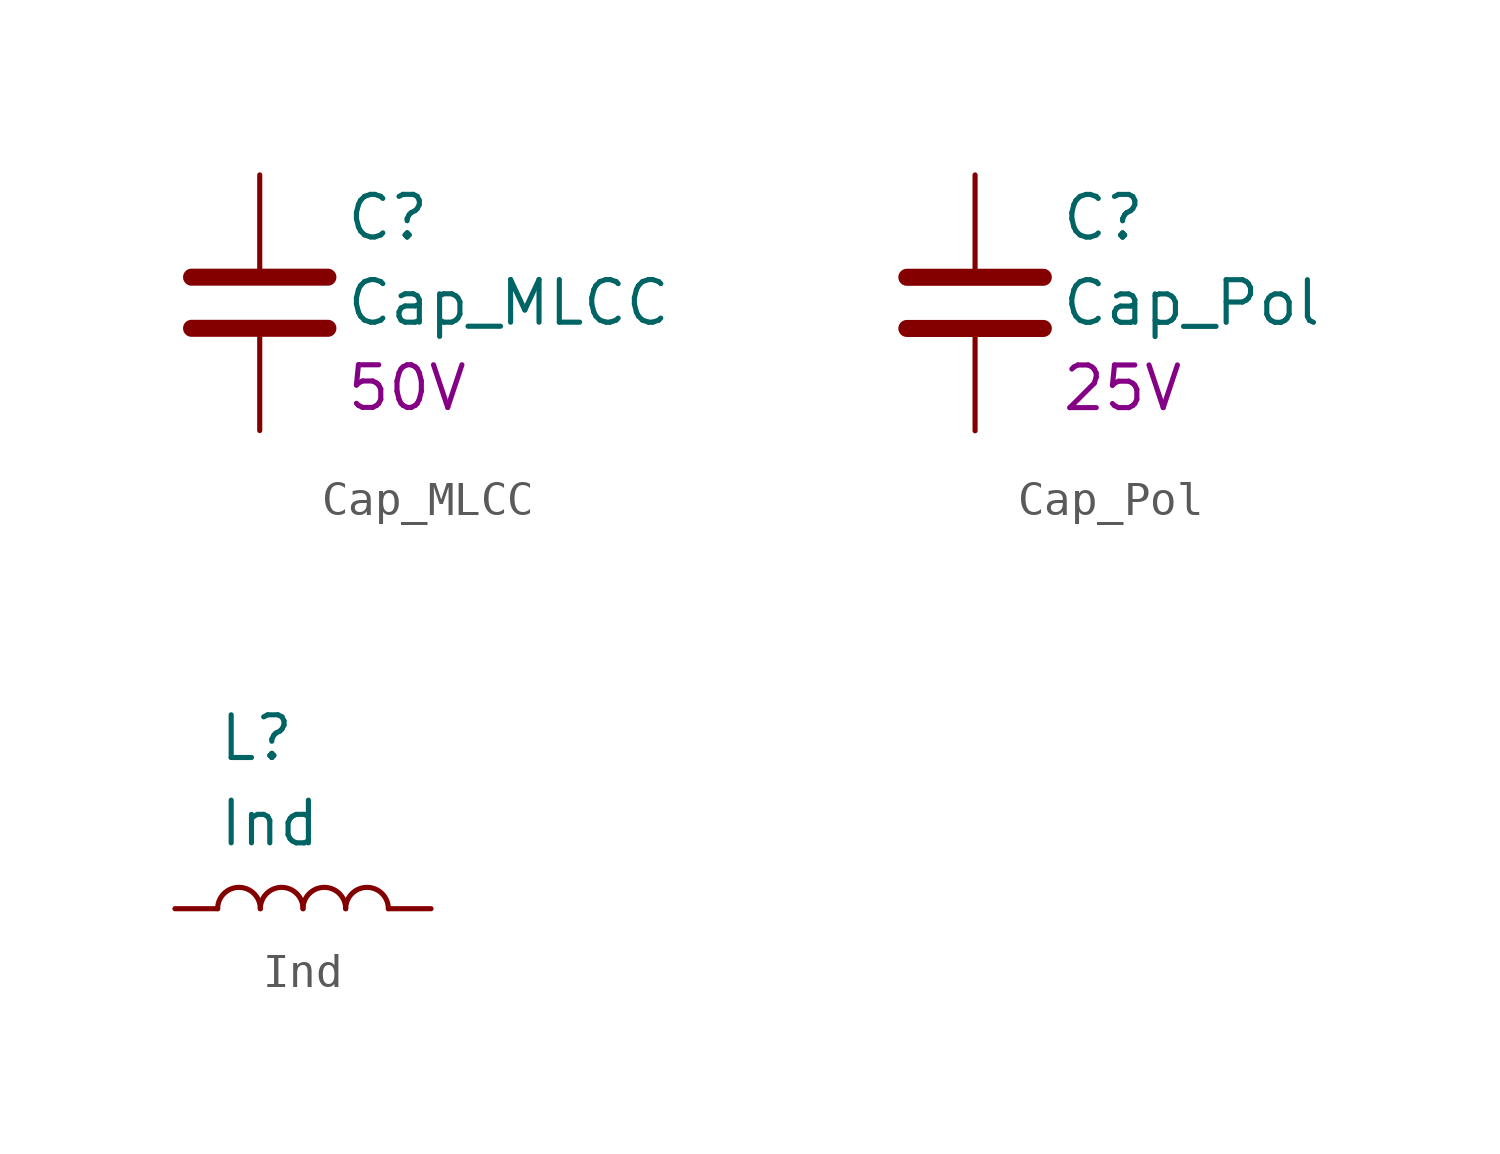
<source format=kicad_sym>
(kicad_symbol_lib
  (version 20241209)
  (generator "kicad_symbol_editor")
  (generator_version "9.0")
  (symbol "Cap_MLCC"
    (pin_numbers
      (hide yes))
    (pin_names
      (offset 0.254))
    (property "Reference" "C"
      (at 2.54 2.54 0)
      (effects (font (size 1.27 1.27)) (justify left)))
    (property "Value" "Cap_MLCC"
      (at 2.54 0 0)
      (effects (font (size 1.27 1.27)) (justify left)))
    (property "Voltage" "50V"
      (at 2.54 -2.54 0)
      (effects (font (size 1.27 1.27)) (justify left)))
    (symbol "Cap_MLCC_0_1"
      (polyline (pts (xy -2.032 0.762) (xy 2.032 0.762)) (stroke (width 0.508) (type default)) (fill (type none)))
      (polyline (pts (xy -2.032 -0.762) (xy 2.032 -0.762)) (stroke (width 0.508) (type default)) (fill (type none))))
    (symbol "Cap_MLCC_1_1"
      (pin passive line (at 0 3.81 270) (length 2.794) (name "~" (effects (font (size 1.27 1.27)))) (number "1" (effects (font (size 1.27 1.27)))))
      (pin passive line (at 0 -3.81 90) (length 2.794) (name "~" (effects (font (size 1.27 1.27)))) (number "2" (effects (font (size 1.27 1.27)))))))
  (symbol "Cap_Pol"
    (pin_numbers
      (hide yes))
    (pin_names
      (offset 0.254))
    (property "Reference" "C"
      (at 2.54 2.54 0)
      (effects (font (size 1.27 1.27)) (justify left)))
    (property "Value" "Cap_Pol"
      (at 2.54 0 0)
      (effects (font (size 1.27 1.27)) (justify left)))
    (property "Voltage" "25V"
      (at 2.54 -2.54 0)
      (effects (font (size 1.27 1.27)) (justify left)))
    (symbol "Cap_Pol_0_1"
      (polyline (pts (xy -2.032 0.762) (xy 2.032 0.762)) (stroke (width 0.508) (type default)) (fill (type none)))
      (polyline (pts (xy -2.032 -0.762) (xy 2.032 -0.762)) (stroke (width 0.508) (type default)) (fill (type none))))
    (symbol "Cap_Pol_1_1"
      (pin passive line (at 0 3.81 270) (length 2.794) (name "~" (effects (font (size 1.27 1.27)))) (number "1" (effects (font (size 1.27 1.27)))))
      (pin passive line (at 0 -3.81 90) (length 2.794) (name "~" (effects (font (size 1.27 1.27)))) (number "2" (effects (font (size 1.27 1.27)))))))
  (symbol "Ind"
    (pin_numbers
      (hide yes))
    (pin_names
      (offset 1.016)
      (hide yes))
    (property "Reference" "L"
      (at -2.54 5.08 0)
      (effects (font (size 1.27 1.27)) (justify left)))
    (property "Value" "Ind"
      (at -2.54 2.54 0)
      (effects (font (size 1.27 1.27)) (justify left)))
    (symbol "Ind_0_1"
      (arc (start -2.54 0) (mid -1.905 0.6323) (end -1.27 0) (stroke (width 0) (type default)) (fill (type none)))
      (arc (start -1.27 0) (mid -0.635 0.6323) (end 0 0) (stroke (width 0) (type default)) (fill (type none)))
      (arc (start 0 0) (mid 0.635 0.6323) (end 1.27 0) (stroke (width 0) (type default)) (fill (type none)))
      (arc (start 1.27 0) (mid 1.905 0.6323) (end 2.54 0) (stroke (width 0) (type default)) (fill (type none))))
    (symbol "Ind_1_1"
      (pin passive line (at -3.81 0 0) (length 1.27) (name "1" (effects (font (size 1.27 1.27)))) (number "1" (effects (font (size 1.27 1.27)))))
      (pin passive line (at 3.81 0 180) (length 1.27) (name "2" (effects (font (size 1.27 1.27)))) (number "2" (effects (font (size 1.27 1.27))))))))
</source>
